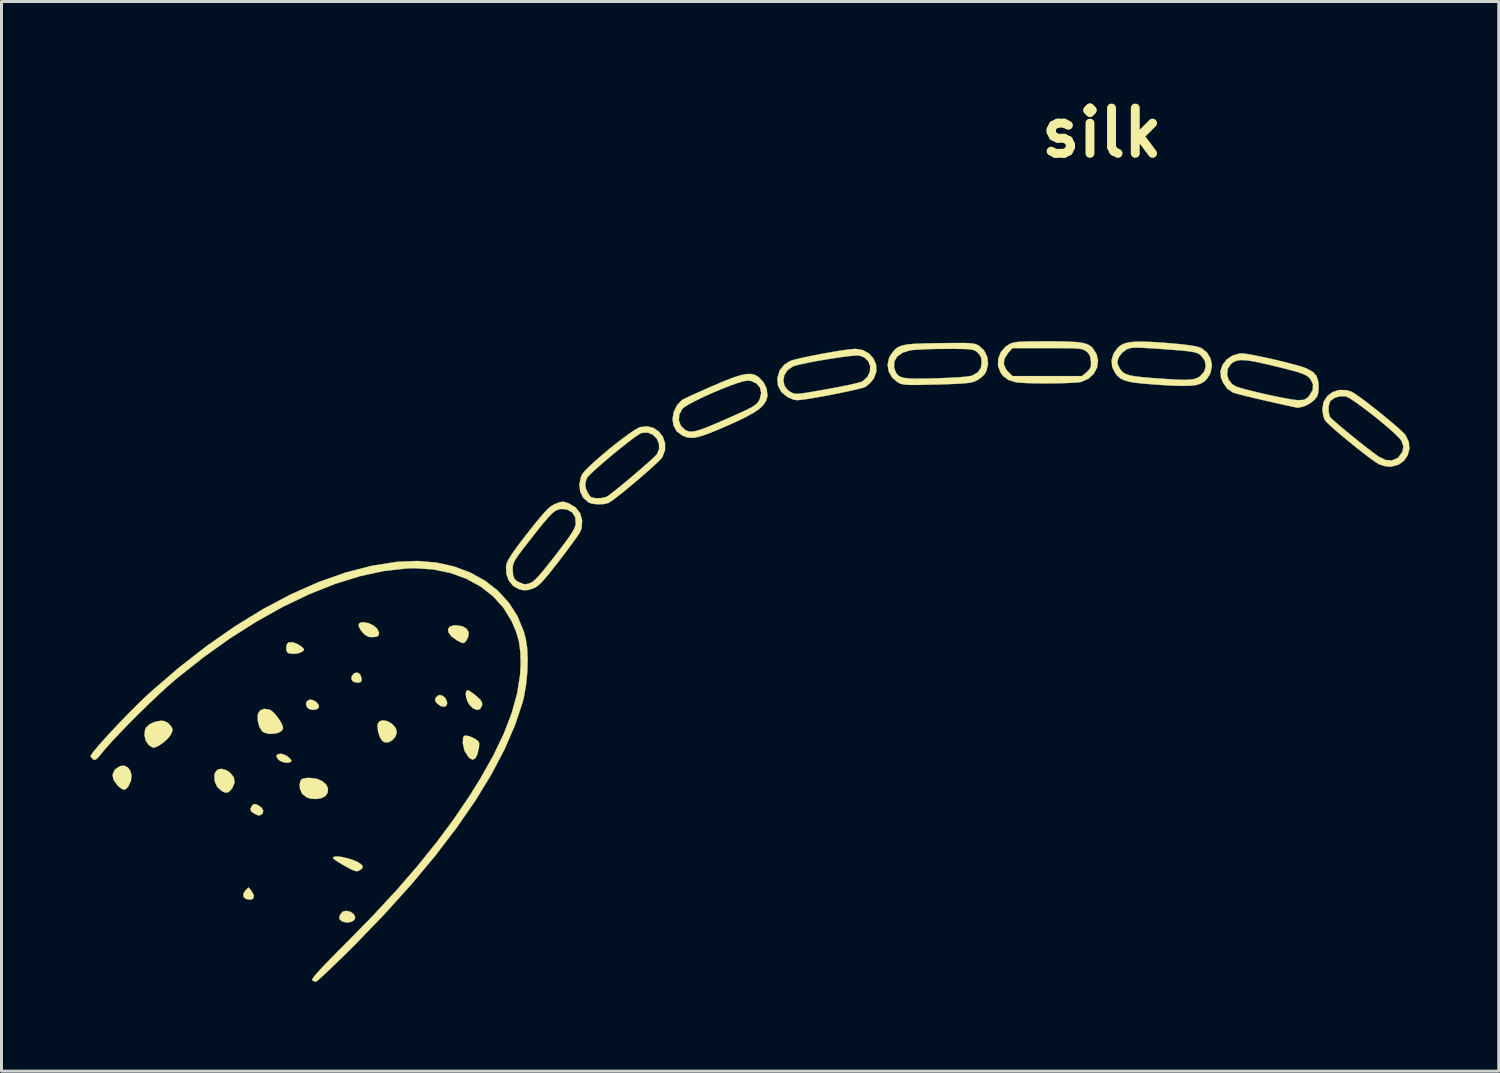
<source format=kicad_pcb>
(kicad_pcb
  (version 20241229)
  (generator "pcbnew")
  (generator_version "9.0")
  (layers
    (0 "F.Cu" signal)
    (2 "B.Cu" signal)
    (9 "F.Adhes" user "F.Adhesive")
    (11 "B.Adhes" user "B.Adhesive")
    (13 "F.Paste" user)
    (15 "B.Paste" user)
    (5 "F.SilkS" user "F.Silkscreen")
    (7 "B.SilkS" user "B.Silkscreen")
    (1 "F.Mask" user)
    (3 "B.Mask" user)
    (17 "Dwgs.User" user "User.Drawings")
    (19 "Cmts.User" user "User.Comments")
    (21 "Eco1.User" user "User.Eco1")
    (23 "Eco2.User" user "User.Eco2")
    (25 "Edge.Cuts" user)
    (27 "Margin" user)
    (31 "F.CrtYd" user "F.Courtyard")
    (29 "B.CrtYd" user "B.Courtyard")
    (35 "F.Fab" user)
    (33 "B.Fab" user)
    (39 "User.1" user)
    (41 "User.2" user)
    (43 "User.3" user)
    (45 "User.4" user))
  (footprint "silk"
    (layer "F.Cu")
    (at 34.004 1.418)
    (property "Reference" "silk" (at 0 0 0) (layer "F.SilkS") (effects (font (size 1.524 1.524) (thickness 0.3))))
    (attr through_hole)
    (fp_poly (pts (xy -28.595 25.497) (xy -28.517 25.636) (xy -28.526 25.738) (xy -28.614 25.787) (xy -28.761 25.773) (xy -28.858 25.707) (xy -28.875 25.602) (xy -28.808 25.485) (xy -28.802 25.48) (xy -28.696 25.375) (xy -28.595 25.497)) (stroke (width 0.01) (type solid)) (fill yes) (layer "F.SilkS"))
    (fp_poly (pts (xy -26.522 19.078) (xy -26.41 19.147) (xy -26.337 19.24) (xy -26.33 19.321) (xy -26.401 19.384) (xy -26.521 19.405) (xy -26.645 19.382) (xy -26.719 19.332) (xy -26.765 19.219) (xy -26.735 19.116) (xy -26.641 19.06) (xy -26.64 19.06) (xy -26.522 19.078)) (stroke (width 0.01) (type solid)) (fill yes) (layer "F.SilkS"))
    (fp_poly (pts (xy -24.943 18.212) (xy -24.895 18.331) (xy -24.892 18.37) (xy -24.916 18.465) (xy -25.005 18.49) (xy -25.006 18.49) (xy -25.129 18.471) (xy -25.189 18.446) (xy -25.239 18.365) (xy -25.219 18.259) (xy -25.138 18.169) (xy -25.033 18.151) (xy -24.943 18.212)) (stroke (width 0.01) (type solid)) (fill yes) (layer "F.SilkS"))
    (fp_poly (pts (xy -22.198 18.913) (xy -22.088 18.997) (xy -22.068 19.024) (xy -22.013 19.162) (xy -22.035 19.258) (xy -22.115 19.301) (xy -22.233 19.277) (xy -22.343 19.2) (xy -22.418 19.108) (xy -22.415 19.025) (xy -22.401 18.997) (xy -22.312 18.912) (xy -22.198 18.913)) (stroke (width 0.01) (type solid)) (fill yes) (layer "F.SilkS"))
    (fp_poly (pts (xy -27.506 20.905) (xy -27.39 20.967) (xy -27.295 21.045) (xy -27.252 21.115) (xy -27.257 21.137) (xy -27.335 21.179) (xy -27.462 21.178) (xy -27.597 21.14) (xy -27.688 21.08) (xy -27.759 20.976) (xy -27.736 20.906) (xy -27.622 20.879) (xy -27.614 20.879) (xy -27.506 20.905)) (stroke (width 0.01) (type solid)) (fill yes) (layer "F.SilkS"))
    (fp_poly (pts (xy -25.268 26.194) (xy -25.161 26.272) (xy -25.11 26.374) (xy -25.128 26.457) (xy -25.227 26.531) (xy -25.373 26.557) (xy -25.521 26.53) (xy -25.576 26.5) (xy -25.642 26.433) (xy -25.638 26.352) (xy -25.615 26.295) (xy -25.533 26.19) (xy -25.409 26.162) (xy -25.268 26.194)) (stroke (width 0.01) (type solid)) (fill yes) (layer "F.SilkS"))
    (fp_poly (pts (xy -28.368 22.612) (xy -28.252 22.699) (xy -28.2 22.801) (xy -28.224 22.892) (xy -28.253 22.917) (xy -28.321 22.953) (xy -28.384 22.949) (xy -28.489 22.9) (xy -28.495 22.897) (xy -28.61 22.815) (xy -28.631 22.726) (xy -28.584 22.635) (xy -28.526 22.575) (xy -28.456 22.575) (xy -28.368 22.612)) (stroke (width 0.01) (type solid)) (fill yes) (layer "F.SilkS"))
    (fp_poly (pts (xy -29.444 21.433) (xy -29.315 21.518) (xy -29.19 21.676) (xy -29.164 21.848) (xy -29.238 22.03) (xy -29.264 22.066) (xy -29.369 22.171) (xy -29.469 22.19) (xy -29.591 22.138) (xy -29.749 21.994) (xy -29.837 21.802) (xy -29.842 21.591) (xy -29.82 21.514) (xy -29.736 21.413) (xy -29.604 21.386) (xy -29.444 21.433)) (stroke (width 0.01) (type solid)) (fill yes) (layer "F.SilkS"))
    (fp_poly (pts (xy -27.036 17.197) (xy -26.924 17.272) (xy -26.841 17.346) (xy -26.832 17.392) (xy -26.892 17.447) (xy -26.896 17.45) (xy -27.027 17.505) (xy -27.2 17.521) (xy -27.359 17.496) (xy -27.369 17.492) (xy -27.418 17.426) (xy -27.431 17.313) (xy -27.408 17.2) (xy -27.356 17.138) (xy -27.21 17.131) (xy -27.036 17.197)) (stroke (width 0.01) (type solid)) (fill yes) (layer "F.SilkS"))
    (fp_poly (pts (xy -21.511 16.591) (xy -21.362 16.675) (xy -21.292 16.8) (xy -21.309 16.955) (xy -21.364 17.057) (xy -21.425 17.136) (xy -21.483 17.161) (xy -21.568 17.133) (xy -21.7 17.06) (xy -21.874 16.932) (xy -21.971 16.804) (xy -21.989 16.691) (xy -21.928 16.606) (xy -21.785 16.563) (xy -21.73 16.561) (xy -21.511 16.591)) (stroke (width 0.01) (type solid)) (fill yes) (layer "F.SilkS"))
    (fp_poly (pts (xy -32.753 21.343) (xy -32.67 21.458) (xy -32.632 21.612) (xy -32.65 21.789) (xy -32.735 21.973) (xy -32.744 21.985) (xy -32.827 22.074) (xy -32.914 22.085) (xy -33.023 22.016) (xy -33.112 21.93) (xy -33.239 21.752) (xy -33.269 21.583) (xy -33.201 21.43) (xy -33.163 21.389) (xy -33.011 21.293) (xy -32.87 21.283) (xy -32.753 21.343)) (stroke (width 0.01) (type solid)) (fill yes) (layer "F.SilkS"))
    (fp_poly (pts (xy -24.032 19.783) (xy -23.89 19.86) (xy -23.772 19.98) (xy -23.736 20.041) (xy -23.713 20.176) (xy -23.76 20.309) (xy -23.855 20.42) (xy -23.978 20.49) (xy -24.104 20.499) (xy -24.199 20.447) (xy -24.281 20.316) (xy -24.339 20.135) (xy -24.36 19.956) (xy -24.352 19.879) (xy -24.287 19.786) (xy -24.172 19.757) (xy -24.032 19.783)) (stroke (width 0.01) (type solid)) (fill yes) (layer "F.SilkS"))
    (fp_poly (pts (xy -21.253 18.777) (xy -21.136 18.857) (xy -21.036 18.939) (xy -20.908 19.056) (xy -20.848 19.142) (xy -20.838 19.223) (xy -20.846 19.269) (xy -20.911 19.379) (xy -21.016 19.406) (xy -21.145 19.352) (xy -21.255 19.249) (xy -21.331 19.124) (xy -21.378 18.983) (xy -21.391 18.854) (xy -21.366 18.766) (xy -21.323 18.745) (xy -21.253 18.777)) (stroke (width 0.01) (type solid)) (fill yes) (layer "F.SilkS"))
    (fp_poly (pts (xy -26.408 21.721) (xy -26.22 21.799) (xy -26.087 21.912) (xy -26.022 22.047) (xy -26.035 22.19) (xy -26.111 22.301) (xy -26.24 22.371) (xy -26.421 22.402) (xy -26.61 22.39) (xy -26.746 22.344) (xy -26.897 22.223) (xy -26.966 22.056) (xy -26.975 21.941) (xy -26.959 21.806) (xy -26.899 21.729) (xy -26.773 21.697) (xy -26.639 21.692) (xy -26.408 21.721)) (stroke (width 0.01) (type solid)) (fill yes) (layer "F.SilkS"))
    (fp_poly (pts (xy -24.649 16.491) (xy -24.486 16.572) (xy -24.363 16.684) (xy -24.308 16.805) (xy -24.308 16.817) (xy -24.322 16.901) (xy -24.384 16.941) (xy -24.499 16.958) (xy -24.646 16.953) (xy -24.762 16.894) (xy -24.842 16.822) (xy -24.938 16.702) (xy -24.99 16.59) (xy -24.994 16.565) (xy -24.974 16.491) (xy -24.897 16.462) (xy -24.823 16.459) (xy -24.649 16.491)) (stroke (width 0.01) (type solid)) (fill yes) (layer "F.SilkS"))
    (fp_poly (pts (xy -27.992 19.396) (xy -27.976 19.402) (xy -27.872 19.475) (xy -27.752 19.608) (xy -27.64 19.765) (xy -27.56 19.916) (xy -27.534 20.017) (xy -27.578 20.109) (xy -27.693 20.174) (xy -27.848 20.209) (xy -28.015 20.21) (xy -28.164 20.172) (xy -28.242 20.12) (xy -28.332 19.974) (xy -28.383 19.778) (xy -28.386 19.581) (xy -28.377 19.534) (xy -28.302 19.418) (xy -28.167 19.37) (xy -27.992 19.396)) (stroke (width 0.01) (type solid)) (fill yes) (layer "F.SilkS"))
    (fp_poly (pts (xy -21.256 20.296) (xy -21.113 20.36) (xy -21.089 20.374) (xy -20.98 20.449) (xy -20.939 20.523) (xy -20.944 20.641) (xy -20.951 20.685) (xy -21.005 20.911) (xy -21.078 21.043) (xy -21.169 21.079) (xy -21.275 21.016) (xy -21.296 20.993) (xy -21.434 20.78) (xy -21.487 20.537) (xy -21.488 20.476) (xy -21.481 20.343) (xy -21.449 20.283) (xy -21.377 20.269) (xy -21.374 20.269) (xy -21.256 20.296)) (stroke (width 0.01) (type solid)) (fill yes) (layer "F.SilkS"))
    (fp_poly (pts (xy -31.527 19.781) (xy -31.403 19.847) (xy -31.31 19.945) (xy -31.258 20.037) (xy -31.255 20.114) (xy -31.303 20.221) (xy -31.319 20.252) (xy -31.411 20.37) (xy -31.549 20.495) (xy -31.702 20.601) (xy -31.837 20.666) (xy -31.889 20.676) (xy -31.964 20.646) (xy -32.051 20.587) (xy -32.15 20.447) (xy -32.195 20.263) (xy -32.177 20.079) (xy -32.138 19.993) (xy -32.017 19.884) (xy -31.839 19.805) (xy -31.647 19.77) (xy -31.527 19.781)) (stroke (width 0.01) (type solid)) (fill yes) (layer "F.SilkS"))
    (fp_poly (pts (xy -25.541 24.355) (xy -25.358 24.398) (xy -25.175 24.457) (xy -25.016 24.527) (xy -24.904 24.601) (xy -24.886 24.62) (xy -24.849 24.691) (xy -24.894 24.753) (xy -24.916 24.77) (xy -24.987 24.816) (xy -25.054 24.832) (xy -25.14 24.814) (xy -25.267 24.756) (xy -25.456 24.654) (xy -25.489 24.636) (xy -25.658 24.536) (xy -25.786 24.45) (xy -25.853 24.393) (xy -25.857 24.382) (xy -25.814 24.342) (xy -25.701 24.334) (xy -25.541 24.355)) (stroke (width 0.01) (type solid)) (fill yes) (layer "F.SilkS"))
    (fp_poly (pts (xy -1.437 7.013) (xy -1.109 7.021) (xy -0.856 7.035) (xy -0.666 7.06) (xy -0.525 7.095) (xy -0.42 7.143) (xy -0.338 7.205) (xy -0.313 7.231) (xy -0.176 7.44) (xy -0.128 7.668) (xy -0.161 7.894) (xy -0.269 8.099) (xy -0.445 8.264) (xy -0.683 8.371) (xy -0.711 8.378) (xy -0.842 8.395) (xy -1.052 8.408) (xy -1.319 8.418) (xy -1.621 8.423) (xy -1.937 8.425) (xy -2.243 8.422) (xy -2.518 8.415) (xy -2.74 8.403) (xy -2.887 8.387) (xy -2.896 8.386) (xy -3.139 8.31) (xy -3.312 8.186) (xy -3.406 8.061) (xy -3.491 7.833) (xy -3.49 7.78) (xy -3.297 7.78) (xy -3.217 7.958) (xy -3.154 8.03) (xy -3.005 8.179) (xy -0.668 8.179) (xy -0.509 8.045) (xy -0.409 7.947) (xy -0.367 7.85) (xy -0.364 7.706) (xy -0.366 7.682) (xy -0.392 7.516) (xy -0.456 7.406) (xy -0.524 7.346) (xy -0.575 7.311) (xy -0.634 7.285) (xy -0.713 7.267) (xy -0.827 7.254) (xy -0.99 7.245) (xy -1.215 7.241) (xy -1.516 7.239) (xy -1.837 7.239) (xy -3.006 7.239) (xy -3.154 7.405) (xy -3.276 7.595) (xy -3.297 7.78) (xy -3.49 7.78) (xy -3.486 7.597) (xy -3.398 7.374) (xy -3.235 7.188) (xy -3.098 7.099) (xy -3.025 7.069) (xy -2.933 7.046) (xy -2.808 7.03) (xy -2.635 7.02) (xy -2.399 7.014) (xy -2.086 7.011) (xy -1.854 7.011) (xy -1.437 7.013)) (stroke (width 0.01) (type solid)) (fill yes) (layer "F.SilkS"))
    (fp_poly (pts (xy -11.666 8.14) (xy -11.552 8.205) (xy -11.544 8.21) (xy -11.377 8.384) (xy -11.272 8.601) (xy -11.245 8.826) (xy -11.251 8.88) (xy -11.295 9.018) (xy -11.378 9.147) (xy -11.509 9.275) (xy -11.7 9.407) (xy -11.96 9.551) (xy -12.298 9.715) (xy -12.624 9.86) (xy -12.991 10.017) (xy -13.282 10.132) (xy -13.51 10.209) (xy -13.691 10.249) (xy -13.839 10.257) (xy -13.968 10.235) (xy -14.092 10.186) (xy -14.107 10.179) (xy -14.299 10.037) (xy -14.407 9.837) (xy -14.429 9.672) (xy -14.224 9.672) (xy -14.156 9.853) (xy -14.009 9.992) (xy -13.995 10) (xy -13.908 10.036) (xy -13.808 10.048) (xy -13.681 10.033) (xy -13.514 9.987) (xy -13.294 9.906) (xy -13.006 9.787) (xy -12.741 9.672) (xy -12.386 9.516) (xy -12.113 9.393) (xy -11.909 9.296) (xy -11.762 9.218) (xy -11.66 9.153) (xy -11.592 9.093) (xy -11.545 9.032) (xy -11.508 8.963) (xy -11.504 8.954) (xy -11.455 8.753) (xy -11.495 8.571) (xy -11.611 8.429) (xy -11.791 8.345) (xy -11.918 8.331) (xy -12.05 8.353) (xy -12.25 8.412) (xy -12.501 8.502) (xy -12.784 8.613) (xy -13.08 8.738) (xy -13.372 8.869) (xy -13.639 8.998) (xy -13.864 9.116) (xy -14.029 9.216) (xy -14.109 9.283) (xy -14.21 9.473) (xy -14.224 9.672) (xy -14.429 9.672) (xy -14.436 9.622) (xy -14.395 9.38) (xy -14.284 9.156) (xy -14.124 8.989) (xy -14.109 8.979) (xy -14.028 8.936) (xy -13.87 8.861) (xy -13.652 8.761) (xy -13.391 8.644) (xy -13.102 8.518) (xy -13.081 8.509) (xy -12.694 8.345) (xy -12.385 8.226) (xy -12.14 8.148) (xy -11.947 8.11) (xy -11.793 8.108) (xy -11.666 8.14)) (stroke (width 0.01) (type solid)) (fill yes) (layer "F.SilkS"))
    (fp_poly (pts (xy 8.235 8.654) (xy 8.388 8.701) (xy 8.493 8.761) (xy 8.657 8.875) (xy 8.867 9.029) (xy 9.104 9.212) (xy 9.354 9.41) (xy 9.599 9.61) (xy 9.825 9.799) (xy 10.014 9.965) (xy 10.151 10.094) (xy 10.213 10.163) (xy 10.323 10.392) (xy 10.344 10.625) (xy 10.286 10.844) (xy 10.159 11.029) (xy 9.972 11.162) (xy 9.735 11.224) (xy 9.677 11.227) (xy 9.496 11.203) (xy 9.326 11.146) (xy 9.31 11.138) (xy 9.187 11.059) (xy 9.011 10.933) (xy 8.797 10.771) (xy 8.561 10.586) (xy 8.317 10.388) (xy 8.08 10.192) (xy 7.864 10.008) (xy 7.684 9.848) (xy 7.556 9.726) (xy 7.493 9.652) (xy 7.492 9.65) (xy 7.445 9.506) (xy 7.427 9.382) (xy 7.626 9.382) (xy 7.665 9.538) (xy 7.67 9.548) (xy 7.723 9.607) (xy 7.843 9.715) (xy 8.013 9.862) (xy 8.219 10.034) (xy 8.446 10.22) (xy 8.679 10.407) (xy 8.904 10.584) (xy 9.106 10.738) (xy 9.27 10.858) (xy 9.316 10.89) (xy 9.541 11) (xy 9.75 11.018) (xy 9.931 10.945) (xy 9.982 10.901) (xy 10.112 10.721) (xy 10.14 10.538) (xy 10.074 10.353) (xy 9.995 10.255) (xy 9.851 10.113) (xy 9.658 9.94) (xy 9.43 9.747) (xy 9.185 9.547) (xy 8.935 9.352) (xy 8.698 9.174) (xy 8.487 9.025) (xy 8.32 8.917) (xy 8.21 8.863) (xy 8.198 8.86) (xy 8.009 8.858) (xy 7.83 8.911) (xy 7.697 9.006) (xy 7.669 9.046) (xy 7.627 9.197) (xy 7.626 9.382) (xy 7.427 9.382) (xy 7.419 9.326) (xy 7.417 9.273) (xy 7.462 9.039) (xy 7.584 8.849) (xy 7.766 8.715) (xy 7.989 8.646) (xy 8.235 8.654)) (stroke (width 0.01) (type solid)) (fill yes) (layer "F.SilkS"))
    (fp_poly (pts (xy -15.072 9.926) (xy -14.891 10.052) (xy -14.759 10.228) (xy -14.688 10.439) (xy -14.689 10.668) (xy -14.776 10.898) (xy -14.781 10.907) (xy -14.85 10.988) (xy -14.984 11.119) (xy -15.167 11.288) (xy -15.385 11.48) (xy -15.623 11.685) (xy -15.865 11.888) (xy -16.097 12.079) (xy -16.304 12.242) (xy -16.47 12.367) (xy -16.581 12.44) (xy -16.602 12.45) (xy -16.773 12.487) (xy -16.979 12.491) (xy -17.17 12.463) (xy -17.262 12.428) (xy -17.436 12.278) (xy -17.54 12.07) (xy -17.568 11.841) (xy -17.374 11.841) (xy -17.348 11.969) (xy -17.285 12.11) (xy -17.207 12.223) (xy -17.159 12.26) (xy -17.01 12.287) (xy -16.828 12.281) (xy -16.671 12.246) (xy -16.646 12.234) (xy -16.561 12.176) (xy -16.417 12.065) (xy -16.229 11.914) (xy -16.012 11.735) (xy -15.782 11.542) (xy -15.554 11.347) (xy -15.343 11.164) (xy -15.164 11.005) (xy -15.034 10.884) (xy -14.966 10.812) (xy -14.964 10.81) (xy -14.888 10.628) (xy -14.896 10.445) (xy -14.971 10.279) (xy -15.099 10.151) (xy -15.265 10.081) (xy -15.455 10.087) (xy -15.501 10.102) (xy -15.594 10.155) (xy -15.746 10.262) (xy -15.941 10.41) (xy -16.165 10.587) (xy -16.404 10.781) (xy -16.642 10.98) (xy -16.864 11.171) (xy -17.057 11.342) (xy -17.205 11.482) (xy -17.294 11.577) (xy -17.311 11.602) (xy -17.358 11.739) (xy -17.374 11.841) (xy -17.568 11.841) (xy -17.57 11.828) (xy -17.519 11.574) (xy -17.488 11.5) (xy -17.415 11.401) (xy -17.275 11.255) (xy -17.083 11.076) (xy -16.854 10.874) (xy -16.603 10.663) (xy -16.345 10.455) (xy -16.095 10.263) (xy -15.869 10.098) (xy -15.682 9.974) (xy -15.549 9.903) (xy -15.528 9.895) (xy -15.288 9.868) (xy -15.072 9.926)) (stroke (width 0.01) (type solid)) (fill yes) (layer "F.SilkS"))
    (fp_poly (pts (xy -8.031 7.307) (xy -7.826 7.422) (xy -7.676 7.591) (xy -7.591 7.796) (xy -7.581 8.019) (xy -7.657 8.241) (xy -7.684 8.283) (xy -7.8 8.42) (xy -7.935 8.531) (xy -7.95 8.541) (xy -8.04 8.573) (xy -8.211 8.618) (xy -8.445 8.672) (xy -8.722 8.731) (xy -9.023 8.792) (xy -9.331 8.851) (xy -9.625 8.903) (xy -9.887 8.947) (xy -10.098 8.977) (xy -10.238 8.99) (xy -10.257 8.99) (xy -10.386 8.964) (xy -10.539 8.901) (xy -10.575 8.881) (xy -10.777 8.714) (xy -10.891 8.503) (xy -10.906 8.332) (xy -10.711 8.332) (xy -10.67 8.51) (xy -10.55 8.66) (xy -10.476 8.709) (xy -10.418 8.741) (xy -10.364 8.763) (xy -10.301 8.775) (xy -10.214 8.775) (xy -10.09 8.763) (xy -9.915 8.737) (xy -9.675 8.696) (xy -9.355 8.64) (xy -9.173 8.607) (xy -8.856 8.548) (xy -8.568 8.49) (xy -8.326 8.436) (xy -8.147 8.391) (xy -8.048 8.357) (xy -8.04 8.353) (xy -7.88 8.202) (xy -7.798 8.025) (xy -7.792 7.842) (xy -7.858 7.676) (xy -7.993 7.549) (xy -8.157 7.489) (xy -8.263 7.487) (xy -8.449 7.503) (xy -8.694 7.533) (xy -8.979 7.574) (xy -9.283 7.622) (xy -9.587 7.674) (xy -9.871 7.728) (xy -10.114 7.779) (xy -10.298 7.824) (xy -10.391 7.855) (xy -10.57 7.981) (xy -10.677 8.148) (xy -10.711 8.332) (xy -10.906 8.332) (xy -10.912 8.259) (xy -10.91 8.241) (xy -10.834 7.989) (xy -10.679 7.796) (xy -10.49 7.676) (xy -10.378 7.638) (xy -10.185 7.589) (xy -9.933 7.533) (xy -9.642 7.474) (xy -9.333 7.415) (xy -9.026 7.362) (xy -8.742 7.316) (xy -8.502 7.283) (xy -8.325 7.266) (xy -8.279 7.264) (xy -8.031 7.307)) (stroke (width 0.01) (type solid)) (fill yes) (layer "F.SilkS"))
    (fp_poly (pts (xy 1.628 7.029) (xy 2.026 7.054) (xy 2.313 7.077) (xy 2.707 7.113) (xy 3.005 7.151) (xy 3.215 7.191) (xy 3.341 7.233) (xy 3.343 7.234) (xy 3.537 7.386) (xy 3.659 7.591) (xy 3.703 7.823) (xy 3.66 8.059) (xy 3.609 8.163) (xy 3.528 8.28) (xy 3.435 8.37) (xy 3.317 8.436) (xy 3.164 8.481) (xy 2.963 8.504) (xy 2.701 8.51) (xy 2.367 8.499) (xy 1.948 8.475) (xy 1.778 8.463) (xy 1.406 8.434) (xy 1.121 8.403) (xy 0.906 8.366) (xy 0.747 8.319) (xy 0.626 8.257) (xy 0.53 8.176) (xy 0.463 8.098) (xy 0.35 7.881) (xy 0.33 7.666) (xy 0.527 7.666) (xy 0.53 7.765) (xy 0.565 7.85) (xy 0.625 7.958) (xy 0.696 8.041) (xy 0.791 8.103) (xy 0.925 8.151) (xy 1.113 8.187) (xy 1.369 8.217) (xy 1.708 8.246) (xy 1.834 8.255) (xy 2.235 8.282) (xy 2.548 8.299) (xy 2.788 8.305) (xy 2.967 8.298) (xy 3.1 8.279) (xy 3.201 8.247) (xy 3.282 8.202) (xy 3.298 8.19) (xy 3.443 8.029) (xy 3.497 7.844) (xy 3.461 7.656) (xy 3.334 7.487) (xy 3.292 7.452) (xy 3.233 7.417) (xy 3.153 7.388) (xy 3.037 7.363) (xy 2.871 7.34) (xy 2.642 7.317) (xy 2.334 7.293) (xy 2.082 7.274) (xy 1.721 7.249) (xy 1.447 7.233) (xy 1.245 7.224) (xy 1.099 7.224) (xy 0.994 7.232) (xy 0.916 7.249) (xy 0.85 7.274) (xy 0.834 7.282) (xy 0.676 7.4) (xy 0.578 7.536) (xy 0.527 7.666) (xy 0.33 7.666) (xy 0.328 7.647) (xy 0.394 7.42) (xy 0.543 7.22) (xy 0.627 7.15) (xy 0.735 7.092) (xy 0.878 7.051) (xy 1.066 7.027) (xy 1.312 7.02) (xy 1.628 7.029)) (stroke (width 0.01) (type solid)) (fill yes) (layer "F.SilkS"))
    (fp_poly (pts (xy 4.84 7.43) (xy 5.05 7.465) (xy 5.314 7.517) (xy 5.613 7.581) (xy 5.924 7.653) (xy 6.227 7.728) (xy 6.5 7.8) (xy 6.722 7.864) (xy 6.872 7.916) (xy 6.883 7.921) (xy 7.093 8.037) (xy 7.219 8.173) (xy 7.279 8.356) (xy 7.29 8.536) (xy 7.283 8.717) (xy 7.253 8.838) (xy 7.186 8.938) (xy 7.14 8.989) (xy 6.988 9.107) (xy 6.8 9.198) (xy 6.622 9.241) (xy 6.579 9.242) (xy 6.516 9.231) (xy 6.369 9.2) (xy 6.156 9.153) (xy 5.891 9.094) (xy 5.59 9.026) (xy 5.537 9.014) (xy 5.224 8.942) (xy 4.937 8.873) (xy 4.694 8.812) (xy 4.513 8.764) (xy 4.411 8.733) (xy 4.405 8.731) (xy 4.217 8.601) (xy 4.07 8.39) (xy 4.007 8.228) (xy 3.998 8.12) (xy 4.212 8.12) (xy 4.264 8.301) (xy 4.383 8.453) (xy 4.506 8.527) (xy 4.647 8.575) (xy 4.862 8.634) (xy 5.129 8.701) (xy 5.426 8.771) (xy 5.731 8.838) (xy 6.023 8.898) (xy 6.279 8.947) (xy 6.478 8.978) (xy 6.587 8.988) (xy 6.752 8.983) (xy 6.858 8.95) (xy 6.947 8.874) (xy 6.98 8.835) (xy 7.091 8.644) (xy 7.102 8.456) (xy 7.012 8.278) (xy 6.971 8.233) (xy 6.908 8.18) (xy 6.823 8.132) (xy 6.702 8.083) (xy 6.531 8.028) (xy 6.294 7.964) (xy 5.977 7.884) (xy 5.84 7.851) (xy 5.443 7.757) (xy 5.13 7.691) (xy 4.888 7.652) (xy 4.703 7.64) (xy 4.562 7.654) (xy 4.453 7.693) (xy 4.36 7.757) (xy 4.338 7.777) (xy 4.235 7.936) (xy 4.212 8.12) (xy 3.998 8.12) (xy 3.99 8.011) (xy 4.059 7.803) (xy 4.197 7.624) (xy 4.39 7.491) (xy 4.62 7.422) (xy 4.708 7.417) (xy 4.84 7.43)) (stroke (width 0.01) (type solid)) (fill yes) (layer "F.SilkS"))
    (fp_poly (pts (xy -18.016 12.429) (xy -17.912 12.467) (xy -17.692 12.6) (xy -17.544 12.793) (xy -17.476 13.029) (xy -17.495 13.288) (xy -17.526 13.386) (xy -17.572 13.466) (xy -17.67 13.611) (xy -17.811 13.808) (xy -17.984 14.042) (xy -18.18 14.3) (xy -18.237 14.375) (xy -18.469 14.671) (xy -18.65 14.897) (xy -18.792 15.061) (xy -18.903 15.176) (xy -18.995 15.252) (xy -19.077 15.3) (xy -19.102 15.311) (xy -19.288 15.372) (xy -19.44 15.382) (xy -19.593 15.349) (xy -19.792 15.241) (xy -19.94 15.062) (xy -20.025 14.837) (xy -20.033 14.654) (xy -19.812 14.654) (xy -19.801 14.858) (xy -19.759 14.988) (xy -19.672 15.073) (xy -19.588 15.117) (xy -19.465 15.168) (xy -19.384 15.182) (xy -19.293 15.162) (xy -19.209 15.133) (xy -19.133 15.09) (xy -19.034 15.002) (xy -18.902 14.861) (xy -18.732 14.658) (xy -18.514 14.384) (xy -18.381 14.213) (xy -18.153 13.915) (xy -17.981 13.683) (xy -17.857 13.505) (xy -17.774 13.369) (xy -17.723 13.264) (xy -17.697 13.175) (xy -17.692 13.139) (xy -17.71 12.925) (xy -17.809 12.764) (xy -17.979 12.669) (xy -18.132 12.649) (xy -18.224 12.654) (xy -18.308 12.676) (xy -18.395 12.723) (xy -18.495 12.805) (xy -18.616 12.93) (xy -18.769 13.109) (xy -18.964 13.349) (xy -19.209 13.662) (xy -19.224 13.681) (xy -19.431 13.947) (xy -19.583 14.148) (xy -19.688 14.298) (xy -19.756 14.411) (xy -19.793 14.5) (xy -19.809 14.58) (xy -19.812 14.654) (xy -20.033 14.654) (xy -20.036 14.588) (xy -20.016 14.48) (xy -19.956 14.35) (xy -19.828 14.148) (xy -19.634 13.876) (xy -19.374 13.536) (xy -19.288 13.427) (xy -19.057 13.136) (xy -18.876 12.916) (xy -18.735 12.754) (xy -18.623 12.639) (xy -18.529 12.561) (xy -18.443 12.507) (xy -18.378 12.477) (xy -18.231 12.421) (xy -18.127 12.405) (xy -18.016 12.429)) (stroke (width 0.01) (type solid)) (fill yes) (layer "F.SilkS"))
    (fp_poly (pts (xy -4.581 7.068) (xy -4.426 7.075) (xy -4.315 7.088) (xy -4.235 7.107) (xy -4.173 7.134) (xy -4.124 7.162) (xy -3.953 7.324) (xy -3.852 7.537) (xy -3.827 7.775) (xy -3.883 8.011) (xy -3.935 8.107) (xy -4.032 8.208) (xy -4.172 8.307) (xy -4.213 8.33) (xy -4.29 8.363) (xy -4.379 8.39) (xy -4.497 8.41) (xy -4.658 8.426) (xy -4.876 8.439) (xy -5.166 8.451) (xy -5.543 8.462) (xy -5.546 8.462) (xy -5.917 8.471) (xy -6.201 8.477) (xy -6.412 8.477) (xy -6.565 8.472) (xy -6.674 8.46) (xy -6.754 8.441) (xy -6.819 8.414) (xy -6.854 8.395) (xy -7.047 8.237) (xy -7.165 8.031) (xy -7.19 7.888) (xy -6.986 7.888) (xy -6.956 7.985) (xy -6.91 8.08) (xy -6.854 8.152) (xy -6.774 8.204) (xy -6.657 8.239) (xy -6.49 8.259) (xy -6.26 8.266) (xy -5.955 8.264) (xy -5.566 8.254) (xy -5.144 8.238) (xy -4.802 8.219) (xy -4.548 8.196) (xy -4.387 8.171) (xy -4.347 8.158) (xy -4.164 8.047) (xy -4.066 7.895) (xy -4.041 7.71) (xy -4.062 7.546) (xy -4.139 7.426) (xy -4.182 7.386) (xy -4.236 7.343) (xy -4.292 7.312) (xy -4.368 7.29) (xy -4.477 7.276) (xy -4.638 7.268) (xy -4.865 7.265) (xy -5.174 7.264) (xy -5.254 7.264) (xy -5.573 7.267) (xy -5.877 7.275) (xy -6.143 7.287) (xy -6.348 7.302) (xy -6.455 7.316) (xy -6.708 7.397) (xy -6.885 7.527) (xy -6.98 7.694) (xy -6.986 7.888) (xy -7.19 7.888) (xy -7.204 7.802) (xy -7.157 7.573) (xy -7.099 7.465) (xy -7.018 7.353) (xy -6.936 7.265) (xy -6.839 7.199) (xy -6.713 7.151) (xy -6.546 7.117) (xy -6.323 7.096) (xy -6.032 7.083) (xy -5.659 7.075) (xy -5.461 7.072) (xy -5.085 7.068) (xy -4.796 7.066) (xy -4.581 7.068)) (stroke (width 0.01) (type solid)) (fill yes) (layer "F.SilkS"))
    (fp_poly (pts (xy -22.377 14.451) (xy -21.784 14.583) (xy -21.237 14.787) (xy -20.744 15.059) (xy -20.311 15.397) (xy -19.945 15.796) (xy -19.653 16.251) (xy -19.442 16.759) (xy -19.376 16.998) (xy -19.326 17.323) (xy -19.309 17.714) (xy -19.322 18.139) (xy -19.364 18.568) (xy -19.434 18.969) (xy -19.477 19.144) (xy -19.735 19.92) (xy -20.087 20.732) (xy -20.531 21.577) (xy -21.066 22.454) (xy -21.692 23.361) (xy -22.406 24.296) (xy -23.208 25.259) (xy -24.097 26.246) (xy -25.071 27.257) (xy -25.234 27.419) (xy -25.514 27.697) (xy -25.774 27.949) (xy -26.003 28.169) (xy -26.192 28.346) (xy -26.333 28.473) (xy -26.416 28.541) (xy -26.433 28.55) (xy -26.525 28.517) (xy -26.553 28.493) (xy -26.548 28.455) (xy -26.493 28.374) (xy -26.384 28.245) (xy -26.217 28.063) (xy -25.988 27.825) (xy -25.692 27.525) (xy -25.403 27.236) (xy -24.529 26.343) (xy -23.736 25.489) (xy -23.019 24.663) (xy -22.37 23.857) (xy -21.781 23.063) (xy -21.245 22.27) (xy -20.902 21.717) (xy -20.462 20.936) (xy -20.11 20.201) (xy -19.844 19.508) (xy -19.663 18.853) (xy -19.564 18.231) (xy -19.544 17.856) (xy -19.555 17.451) (xy -19.602 17.106) (xy -19.694 16.784) (xy -19.837 16.446) (xy -19.845 16.429) (xy -20.118 15.979) (xy -20.469 15.587) (xy -20.89 15.257) (xy -21.373 14.994) (xy -21.908 14.8) (xy -22.49 14.681) (xy -23.108 14.641) (xy -23.379 14.649) (xy -24.145 14.735) (xy -24.949 14.909) (xy -25.785 15.169) (xy -26.645 15.51) (xy -27.524 15.93) (xy -28.414 16.426) (xy -29.31 16.993) (xy -30.204 17.63) (xy -31.091 18.333) (xy -31.242 18.46) (xy -31.488 18.677) (xy -31.775 18.943) (xy -32.088 19.241) (xy -32.41 19.557) (xy -32.727 19.875) (xy -33.022 20.18) (xy -33.282 20.456) (xy -33.489 20.688) (xy -33.575 20.791) (xy -33.709 20.954) (xy -33.798 21.049) (xy -33.857 21.087) (xy -33.903 21.08) (xy -33.942 21.05) (xy -33.999 20.988) (xy -33.997 20.931) (xy -33.932 20.837) (xy -33.93 20.834) (xy -33.766 20.636) (xy -33.545 20.385) (xy -33.282 20.099) (xy -32.994 19.796) (xy -32.698 19.491) (xy -32.41 19.203) (xy -32.145 18.948) (xy -32.012 18.825) (xy -31.061 18.003) (xy -30.107 17.259) (xy -29.153 16.595) (xy -28.205 16.013) (xy -27.266 15.516) (xy -26.341 15.107) (xy -25.435 14.787) (xy -24.551 14.559) (xy -23.695 14.425) (xy -23.679 14.424) (xy -23.011 14.397) (xy -22.377 14.451)) (stroke (width 0.01) (type solid)) (fill yes) (layer "F.SilkS")))
  (gr_rect
    (start -3 -3)
    (end 47.353 32.973)
    (stroke (width 0.1) (type default))
    (fill no)
    (layer "Edge.Cuts")))
</source>
